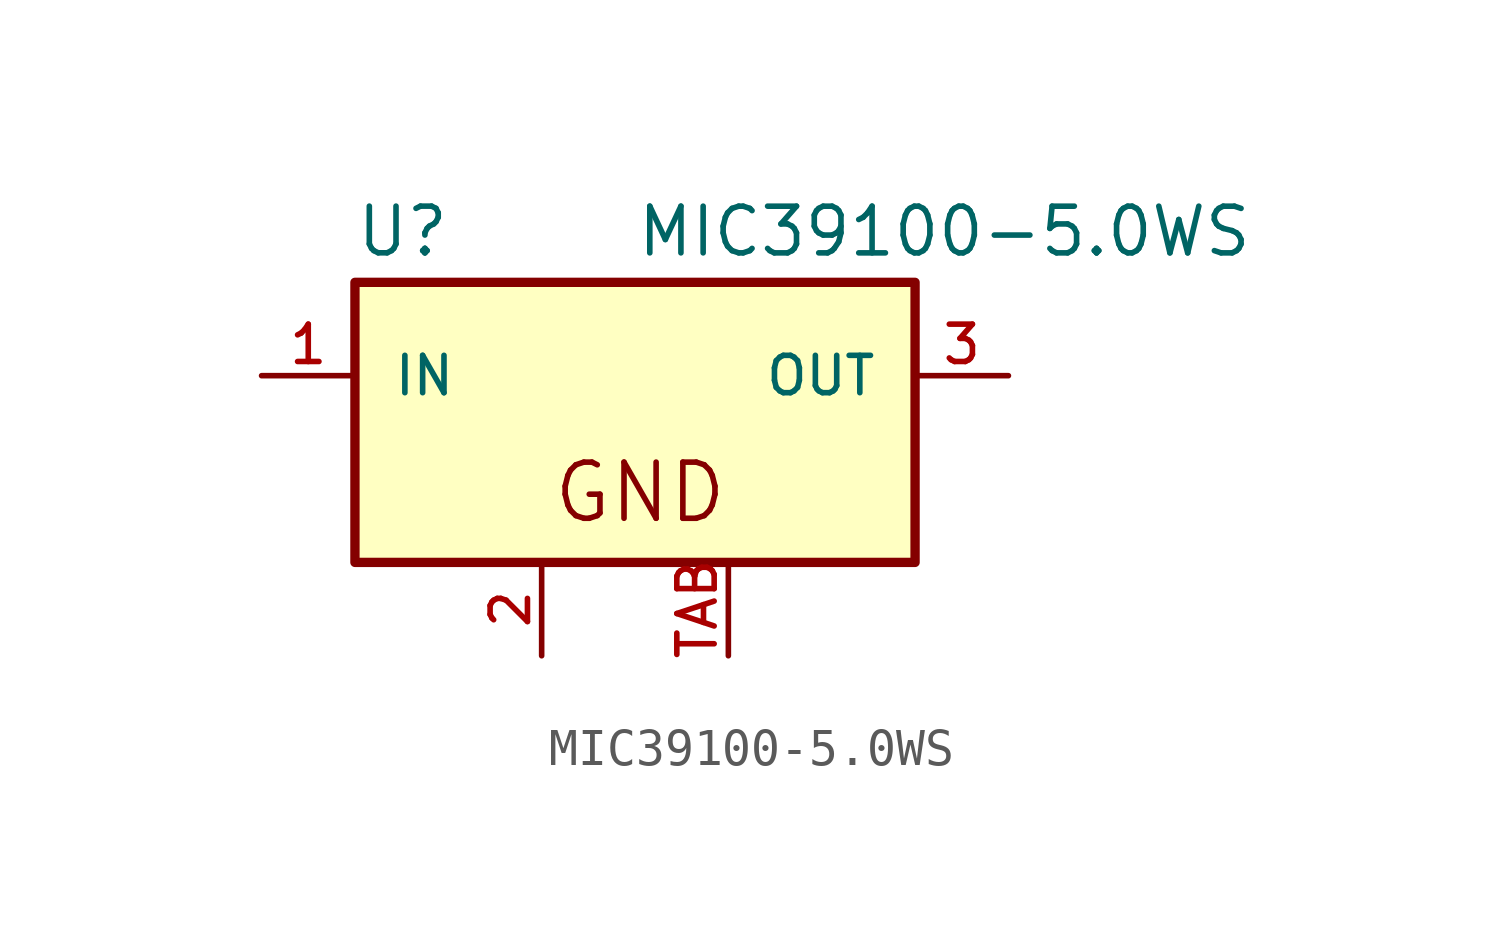
<source format=kicad_sym>
(kicad_symbol_lib
  (version 20211014)
  (generator kicad_symbol_editor)
  (symbol "MIC39100-5.0WS"
    (pin_names
      (offset 1.016))
    (property "Reference" "U"
      (at -7.631 3.18 0)
      (effects (font (size 1.27 1.27)) (justify bottom left)))
    (property "Value" "MIC39100-5.0WS"
      (at 0.0 3.179 0)
      (effects (font (size 1.27 1.27)) (justify bottom left)))
    (symbol "MIC39100-5.0WS_0_0"
      (text "GND" (at -2.291 -4.074 0) (effects (font (size 1.528 1.528)) (justify bottom left)))
      (rectangle (start -7.62 -5.08) (end 7.62 2.54) (stroke (width 0.254)) (fill (type background)))
      (pin power_in line (at -10.16 0.0 0) (length 2.54) (name "IN" (effects (font (size 1.016 1.016)))) (number "1" (effects (font (size 1.016 1.016)))))
      (pin power_in line (at 10.16 0.0 180.0) (length 2.54) (name "OUT" (effects (font (size 1.016 1.016)))) (number "3" (effects (font (size 1.016 1.016)))))
      (pin power_in line (at -2.54 -7.62 90.0) (length 2.54) (name "~" (effects (font (size 1.016 1.016)))) (number "2" (effects (font (size 1.016 1.016)))))
      (pin power_in line (at 2.54 -7.62 90.0) (length 2.54) (name "~" (effects (font (size 1.016 1.016)))) (number "TAB" (effects (font (size 1.016 1.016))))))))
</source>
